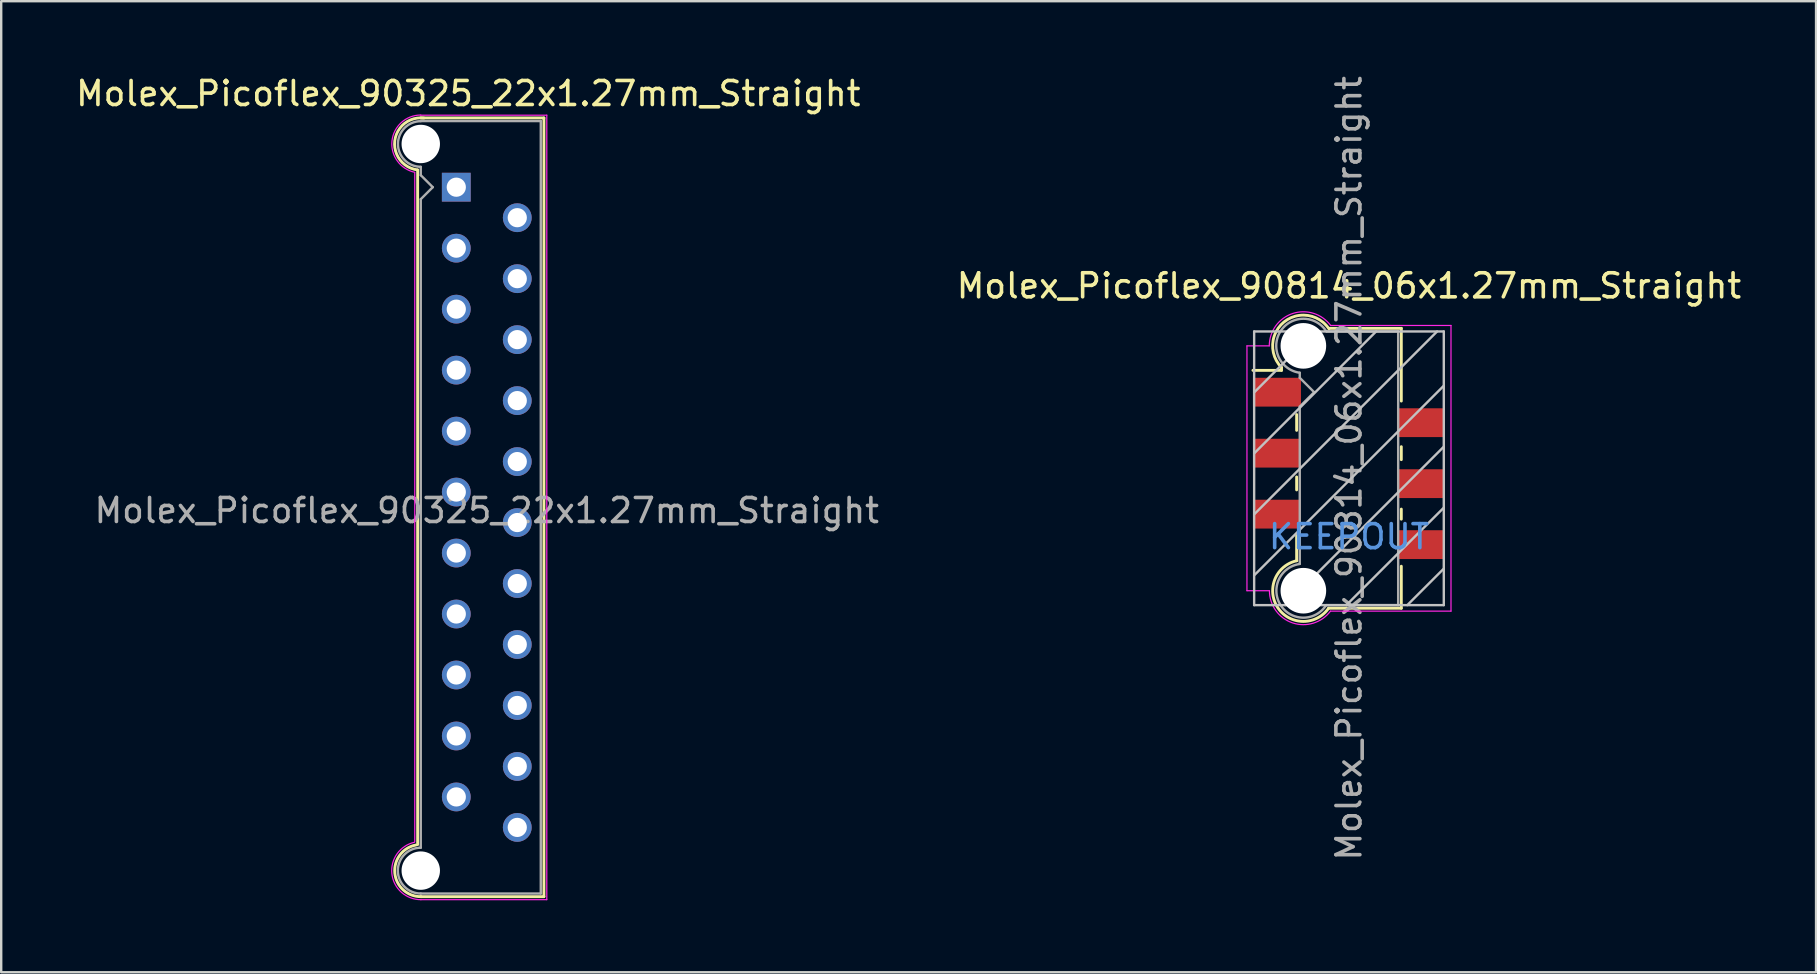
<source format=kicad_pcb>
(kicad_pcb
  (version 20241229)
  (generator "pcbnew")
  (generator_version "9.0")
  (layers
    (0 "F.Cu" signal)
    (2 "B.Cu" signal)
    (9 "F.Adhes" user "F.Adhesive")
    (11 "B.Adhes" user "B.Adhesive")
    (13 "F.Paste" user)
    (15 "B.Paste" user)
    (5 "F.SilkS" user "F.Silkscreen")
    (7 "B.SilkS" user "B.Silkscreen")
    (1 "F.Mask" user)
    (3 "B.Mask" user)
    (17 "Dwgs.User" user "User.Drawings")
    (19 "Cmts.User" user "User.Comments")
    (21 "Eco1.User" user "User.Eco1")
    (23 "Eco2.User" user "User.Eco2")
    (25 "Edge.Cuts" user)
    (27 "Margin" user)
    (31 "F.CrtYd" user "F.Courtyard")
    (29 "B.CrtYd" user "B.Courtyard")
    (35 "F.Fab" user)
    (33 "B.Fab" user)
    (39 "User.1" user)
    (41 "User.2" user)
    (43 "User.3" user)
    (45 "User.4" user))
  (footprint "Molex_Picoflex_90325_22x1.27mm_Straight"
    (layer "F.Cu")
    (at 15.958 4.748)
    (property "Reference" "Molex_Picoflex_90325_22x1.27mm_Straight" (at 0.5 -3.9 0) (layer "F.SilkS") (effects (font (size 1 1) (thickness 0.15))))
    (attr through_hole)
    (fp_line (start -1.61 -0.715) (end -1.61 27.385) (stroke (width 0.12) (type solid)) (layer "F.SilkS"))
    (fp_line (start -1.48 -2.885) (end 3.65 -2.885) (stroke (width 0.12) (type solid)) (layer "F.SilkS"))
    (fp_line (start 3.65 -2.885) (end 3.65 29.555) (stroke (width 0.12) (type solid)) (layer "F.SilkS"))
    (fp_line (start 3.65 29.555) (end -1.48 29.555) (stroke (width 0.12) (type solid)) (layer "F.SilkS"))
    (fp_arc (start -1.61 -0.72) (mid -2.56 -1.93) (end -1.35 -2.88) (stroke (width 0.12) (type solid)) (layer "F.SilkS"))
    (fp_arc (start -1.47 29.555) (mid -2.56 28.574526) (end -1.678256 27.40322) (stroke (width 0.12) (type solid)) (layer "F.SilkS"))
    (fp_line (start -1.73 -0.6) (end -1.73 27.27) (stroke (width 0.05) (type solid)) (layer "F.CrtYd"))
    (fp_line (start -1.48 -3) (end 3.77 -3) (stroke (width 0.05) (type solid)) (layer "F.CrtYd"))
    (fp_line (start 3.77 -3) (end 3.77 29.68) (stroke (width 0.05) (type solid)) (layer "F.CrtYd"))
    (fp_line (start 3.77 29.68) (end -1.48 29.68) (stroke (width 0.05) (type solid)) (layer "F.CrtYd"))
    (fp_arc (start -1.73 -0.62) (mid -2.679668 -1.925287) (end -1.480799 -3.006192) (stroke (width 0.05) (type solid)) (layer "F.CrtYd"))
    (fp_arc (start -1.47 29.68) (mid -2.682326 28.606425) (end -1.741355 27.288521) (stroke (width 0.05) (type solid)) (layer "F.CrtYd"))
    (fp_line (start -1.48 -2.755) (end 3.52 -2.755) (stroke (width 0.1) (type solid)) (layer "F.Fab"))
    (fp_line (start -1.48 -0.845) (end -1.48 -0.5) (stroke (width 0.1) (type solid)) (layer "F.Fab"))
    (fp_line (start -1.48 -0.5) (end -0.98 0) (stroke (width 0.1) (type solid)) (layer "F.Fab"))
    (fp_line (start -1.48 0.5) (end -1.48 27.515) (stroke (width 0.1) (type solid)) (layer "F.Fab"))
    (fp_line (start -0.98 0) (end -1.48 0.5) (stroke (width 0.1) (type solid)) (layer "F.Fab"))
    (fp_line (start 3.52 -2.755) (end 3.52 29.425) (stroke (width 0.1) (type solid)) (layer "F.Fab"))
    (fp_line (start 3.52 29.425) (end -1.48 29.425) (stroke (width 0.1) (type solid)) (layer "F.Fab"))
    (fp_arc (start -1.48 -0.85) (mid -2.43 -1.8) (end -1.48 -2.75) (stroke (width 0.1) (type solid)) (layer "F.Fab"))
    (fp_arc (start -1.48 29.425) (mid -2.435 28.47) (end -1.48 27.515) (stroke (width 0.1) (type solid)) (layer "F.Fab"))
    (fp_text user "${REFERENCE}" (at 1.27 13.47 0) (layer "F.Fab") (effects (font (size 1 1) (thickness 0.15))))
    (pad "" np_thru_hole circle (at -1.48 -1.8) (size 1.6 1.6) (drill 1.6) (layers "*.Cu"))
    (pad "" np_thru_hole circle (at -1.48 28.47) (size 1.6 1.6) (drill 1.6) (layers "*.Cu"))
    (pad "1" thru_hole rect (at 0 0) (size 1.2 1.2) (drill 0.8) (layers "*.Cu" "*.Mask"))
    (pad "2" thru_hole circle (at 2.54 1.27) (size 1.2 1.2) (drill 0.8) (layers "*.Cu" "*.Mask"))
    (pad "3" thru_hole circle (at 0 2.54) (size 1.2 1.2) (drill 0.8) (layers "*.Cu" "*.Mask"))
    (pad "4" thru_hole circle (at 2.54 3.81) (size 1.2 1.2) (drill 0.8) (layers "*.Cu" "*.Mask"))
    (pad "5" thru_hole circle (at 0 5.08) (size 1.2 1.2) (drill 0.8) (layers "*.Cu" "*.Mask"))
    (pad "6" thru_hole circle (at 2.54 6.35) (size 1.2 1.2) (drill 0.8) (layers "*.Cu" "*.Mask"))
    (pad "7" thru_hole circle (at 0 7.62) (size 1.2 1.2) (drill 0.8) (layers "*.Cu" "*.Mask"))
    (pad "8" thru_hole circle (at 2.54 8.89) (size 1.2 1.2) (drill 0.8) (layers "*.Cu" "*.Mask"))
    (pad "9" thru_hole circle (at 0 10.16) (size 1.2 1.2) (drill 0.8) (layers "*.Cu" "*.Mask"))
    (pad "10" thru_hole circle (at 2.54 11.43) (size 1.2 1.2) (drill 0.8) (layers "*.Cu" "*.Mask"))
    (pad "11" thru_hole circle (at 0 12.7) (size 1.2 1.2) (drill 0.8) (layers "*.Cu" "*.Mask"))
    (pad "12" thru_hole circle (at 2.54 13.97) (size 1.2 1.2) (drill 0.8) (layers "*.Cu" "*.Mask"))
    (pad "13" thru_hole circle (at 0 15.24) (size 1.2 1.2) (drill 0.8) (layers "*.Cu" "*.Mask"))
    (pad "14" thru_hole circle (at 2.54 16.51) (size 1.2 1.2) (drill 0.8) (layers "*.Cu" "*.Mask"))
    (pad "15" thru_hole circle (at 0 17.78) (size 1.2 1.2) (drill 0.8) (layers "*.Cu" "*.Mask"))
    (pad "16" thru_hole circle (at 2.54 19.05) (size 1.2 1.2) (drill 0.8) (layers "*.Cu" "*.Mask"))
    (pad "17" thru_hole circle (at 0 20.32) (size 1.2 1.2) (drill 0.8) (layers "*.Cu" "*.Mask"))
    (pad "18" thru_hole circle (at 2.54 21.59) (size 1.2 1.2) (drill 0.8) (layers "*.Cu" "*.Mask"))
    (pad "19" thru_hole circle (at 0 22.86) (size 1.2 1.2) (drill 0.8) (layers "*.Cu" "*.Mask"))
    (pad "20" thru_hole circle (at 2.54 24.13) (size 1.2 1.2) (drill 0.8) (layers "*.Cu" "*.Mask"))
    (pad "21" thru_hole circle (at 0 25.4) (size 1.2 1.2) (drill 0.8) (layers "*.Cu" "*.Mask"))
    (pad "22" thru_hole circle (at 2.54 26.67) (size 1.2 1.2) (drill 0.8) (layers "*.Cu" "*.Mask")))
  (footprint "Molex_Picoflex_90814_06x1.27mm_Straight"
    (layer "F.Cu")
    (at 53.145 16.458)
    (property "Reference" "Molex_Picoflex_90814_06x1.27mm_Straight" (at 0 -7.6 0) (layer "F.SilkS") (effects (font (size 1 1) (thickness 0.15))))
    (attr smd)
    (fp_line (start -2.81 -4.2) (end -2.81 -4.08) (stroke (width 0.12) (type solid)) (layer "F.SilkS"))
    (fp_line (start -2.81 -4.08) (end -4 -4.08) (stroke (width 0.12) (type solid)) (layer "F.SilkS"))
    (fp_line (start -2.18 -1.58) (end -2.18 -2.24) (stroke (width 0.12) (type solid)) (layer "F.SilkS"))
    (fp_line (start -2.18 0.9) (end -2.18 0.36) (stroke (width 0.12) (type solid)) (layer "F.SilkS"))
    (fp_line (start -2.18 3.85) (end -2.18 2.8) (stroke (width 0.12) (type solid)) (layer "F.SilkS"))
    (fp_line (start 2.18 -5.83) (end -0.82 -5.83) (stroke (width 0.12) (type solid)) (layer "F.SilkS"))
    (fp_line (start 2.18 -5.83) (end 2.18 -2.8) (stroke (width 0.12) (type solid)) (layer "F.SilkS"))
    (fp_line (start 2.18 -0.9) (end 2.18 -0.36) (stroke (width 0.12) (type solid)) (layer "F.SilkS"))
    (fp_line (start 2.18 1.7) (end 2.18 2.12) (stroke (width 0.12) (type solid)) (layer "F.SilkS"))
    (fp_line (start 2.18 4.08) (end 2.18 5.83) (stroke (width 0.12) (type solid)) (layer "F.SilkS"))
    (fp_line (start 2.18 5.83) (end -0.85 5.83) (stroke (width 0.12) (type solid)) (layer "F.SilkS"))
    (fp_arc (start -2.81 -4.2) (mid -2.708637 -6.092072) (end -0.834991 -5.809828) (stroke (width 0.12) (type solid)) (layer "F.SilkS"))
    (fp_arc (start -0.85 5.83) (mid -2.962791 5.811248) (end -2.174424 3.850964) (stroke (width 0.12) (type solid)) (layer "F.SilkS"))
    (fp_line (start -3.95 -5.7) (end -3.95 5.7) (stroke (width 0.1) (type solid)) (layer "Dwgs.User"))
    (fp_line (start -3.95 -3.16) (end -1.41 -5.7) (stroke (width 0.1) (type solid)) (layer "Dwgs.User"))
    (fp_line (start -3.95 -0.62) (end 1.13 -5.7) (stroke (width 0.1) (type solid)) (layer "Dwgs.User"))
    (fp_line (start -3.95 1.92) (end 3.67 -5.7) (stroke (width 0.1) (type solid)) (layer "Dwgs.User"))
    (fp_line (start -3.95 4.46) (end 3.95 -3.44) (stroke (width 0.1) (type solid)) (layer "Dwgs.User"))
    (fp_line (start -3.95 5.7) (end 3.95 5.7) (stroke (width 0.1) (type solid)) (layer "Dwgs.User"))
    (fp_line (start -2.65 5.7) (end 3.95 -0.9) (stroke (width 0.1) (type solid)) (layer "Dwgs.User"))
    (fp_line (start -0.11 5.7) (end 3.95 1.64) (stroke (width 0.1) (type solid)) (layer "Dwgs.User"))
    (fp_line (start 2.43 5.7) (end 3.95 4.18) (stroke (width 0.1) (type solid)) (layer "Dwgs.User"))
    (fp_line (start 3.95 -5.7) (end -3.95 -5.7) (stroke (width 0.1) (type solid)) (layer "Dwgs.User"))
    (fp_line (start 3.95 5.7) (end 3.95 -5.7) (stroke (width 0.1) (type solid)) (layer "Dwgs.User"))
    (fp_line (start -4.25 5.1) (end -4.25 -5.1) (stroke (width 0.05) (type solid)) (layer "F.CrtYd"))
    (fp_line (start -3.32 -5.1) (end -4.25 -5.1) (stroke (width 0.05) (type solid)) (layer "F.CrtYd"))
    (fp_line (start -3.32 5.1) (end -4.25 5.1) (stroke (width 0.05) (type solid)) (layer "F.CrtYd"))
    (fp_line (start 4.25 -5.95) (end -0.76 -5.95) (stroke (width 0.05) (type solid)) (layer "F.CrtYd"))
    (fp_line (start 4.25 -5.95) (end 4.25 5.95) (stroke (width 0.05) (type solid)) (layer "F.CrtYd"))
    (fp_line (start 4.25 5.95) (end -0.77 5.95) (stroke (width 0.05) (type solid)) (layer "F.CrtYd"))
    (fp_arc (start -3.32 -5.1) (mid -2.344692 -6.448573) (end -0.758523 -5.944648) (stroke (width 0.05) (type solid)) (layer "F.CrtYd"))
    (fp_arc (start -0.77 5.95) (mid -2.348691 6.440924) (end -3.314001 5.098743) (stroke (width 0.05) (type solid)) (layer "F.CrtYd"))
    (fp_line (start -2.05 -3.77) (end -2.05 -3.98) (stroke (width 0.1) (type solid)) (layer "F.Fab"))
    (fp_line (start -2.05 -2.57) (end -1.45 -3.17) (stroke (width 0.1) (type solid)) (layer "F.Fab"))
    (fp_line (start -2.05 3.98) (end -2.05 -2.57) (stroke (width 0.1) (type solid)) (layer "F.Fab"))
    (fp_line (start -1.45 -3.17) (end -2.05 -3.77) (stroke (width 0.1) (type solid)) (layer "F.Fab"))
    (fp_line (start 2.05 -5.7) (end -0.93 -5.7) (stroke (width 0.1) (type solid)) (layer "F.Fab"))
    (fp_line (start 2.05 -5.7) (end 2.05 5.7) (stroke (width 0.1) (type solid)) (layer "F.Fab"))
    (fp_line (start 2.05 5.7) (end -0.95 5.7) (stroke (width 0.1) (type solid)) (layer "F.Fab"))
    (fp_arc (start -2.05 -3.98) (mid -2.851672 -5.709279) (end -0.945612 -5.705015) (stroke (width 0.1) (type solid)) (layer "F.Fab"))
    (fp_arc (start -0.95 5.7) (mid -2.845272 5.707422) (end -2.051022 3.986585) (stroke (width 0.1) (type solid)) (layer "F.Fab"))
    (fp_text user "KEEPOUT" (at 0 2.85 0) (layer "Cmts.User") (effects (font (size 1 1) (thickness 0.15))))
    (fp_text user "${REFERENCE}" (at 0 0 90) (layer "F.Fab") (effects (font (size 1 1) (thickness 0.15))))
    (pad "" np_thru_hole circle (at -1.9 -5.1) (size 1.9 1.9) (drill 1.9) (layers "*.Cu"))
    (pad "" np_thru_hole circle (at -1.9 5.1) (size 1.9 1.9) (drill 1.9) (layers "*.Cu"))
    (pad "1" smd rect (at -3 -3.17) (size 2 1.2) (layers "F.Cu" "F.Mask" "F.Paste"))
    (pad "2" smd rect (at 3 -1.9) (size 2 1.2) (layers "F.Cu" "F.Mask" "F.Paste"))
    (pad "3" smd rect (at -3 -0.63) (size 2 1.2) (layers "F.Cu" "F.Mask" "F.Paste"))
    (pad "4" smd rect (at 3 0.64) (size 2 1.2) (layers "F.Cu" "F.Mask" "F.Paste"))
    (pad "5" smd rect (at -3 1.91) (size 2 1.2) (layers "F.Cu" "F.Mask" "F.Paste"))
    (pad "6" smd rect (at 3 3.18) (size 2 1.2) (layers "F.Cu" "F.Mask" "F.Paste")))
  (gr_rect
    (start -3 -3)
    (end 72.603 37.453)
    (stroke (width 0.1) (type default))
    (fill no)
    (layer "Edge.Cuts")))
</source>
